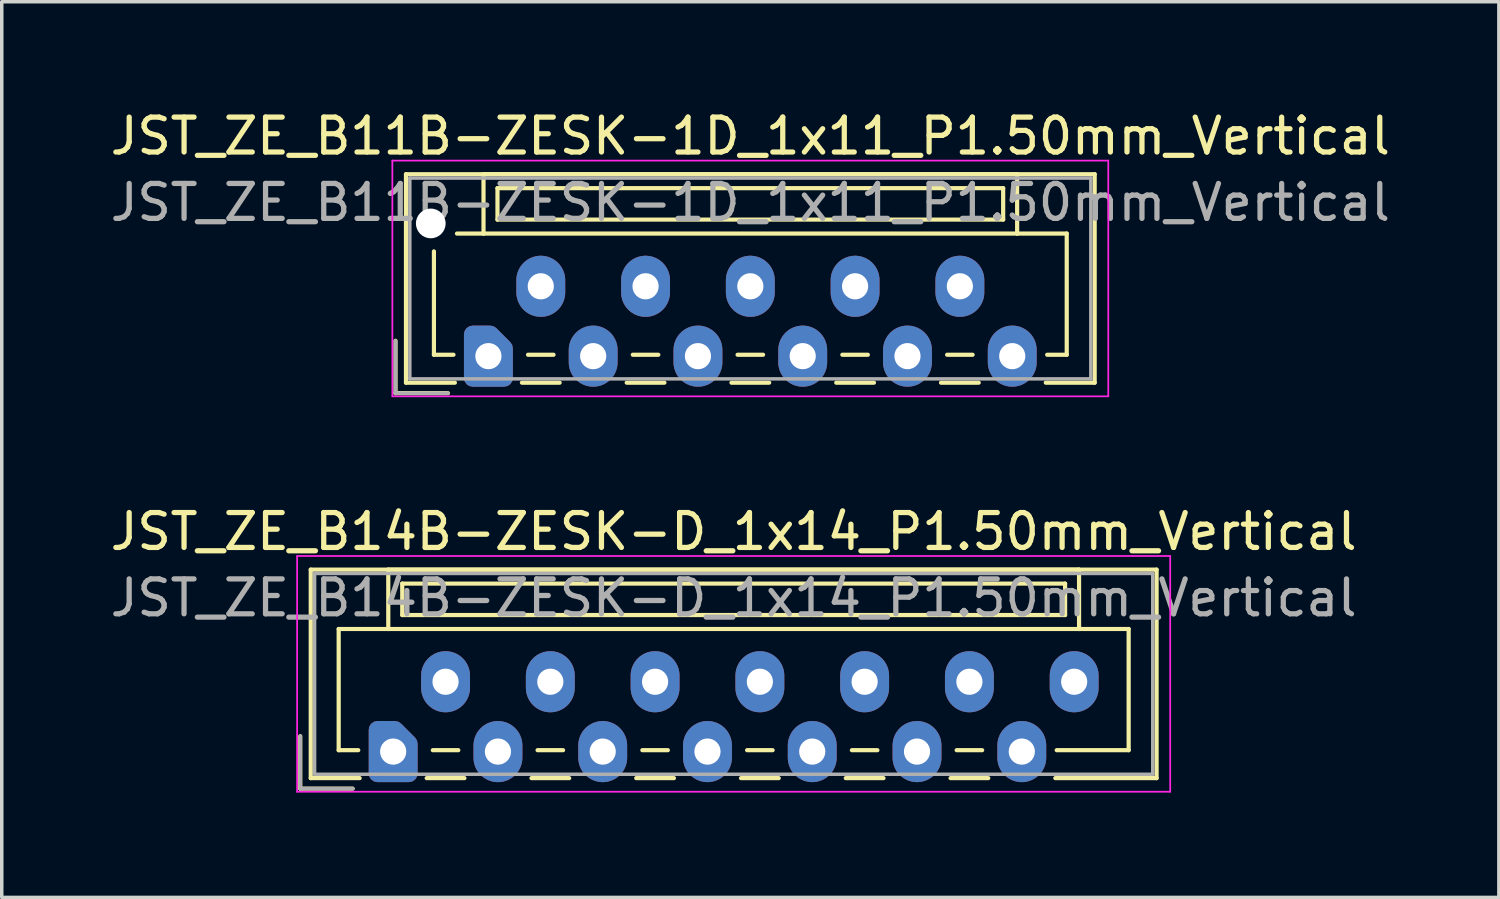
<source format=kicad_pcb>
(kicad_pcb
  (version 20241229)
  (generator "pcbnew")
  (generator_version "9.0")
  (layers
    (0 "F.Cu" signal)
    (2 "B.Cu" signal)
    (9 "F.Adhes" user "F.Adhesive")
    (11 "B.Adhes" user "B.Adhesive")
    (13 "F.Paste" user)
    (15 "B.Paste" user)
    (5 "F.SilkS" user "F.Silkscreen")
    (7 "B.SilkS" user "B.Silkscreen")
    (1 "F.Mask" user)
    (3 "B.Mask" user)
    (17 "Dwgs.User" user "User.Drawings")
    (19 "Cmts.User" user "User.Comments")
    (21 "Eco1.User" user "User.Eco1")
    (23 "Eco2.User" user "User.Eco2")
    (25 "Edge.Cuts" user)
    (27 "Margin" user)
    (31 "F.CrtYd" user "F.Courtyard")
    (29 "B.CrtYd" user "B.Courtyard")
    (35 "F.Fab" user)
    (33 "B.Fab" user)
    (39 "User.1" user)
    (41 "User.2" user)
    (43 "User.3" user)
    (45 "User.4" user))
  (footprint "JST_ZE_B14B-ZESK-D_1x14_P1.50mm_Vertical"
    (layer "F.Cu")
    (at 8.208 18.471)
    (property "Reference" "JST_ZE_B14B-ZESK-D_1x14_P1.50mm_Vertical" (at 9.75 -6.3 0) (layer "F.SilkS") (effects (font (size 1 1) (thickness 0.15))))
    (attr through_hole)
    (fp_line (start -2.66 -0.44) (end -2.66 1.06) (stroke (width 0.12) (type solid)) (layer "F.SilkS"))
    (fp_line (start -2.66 1.06) (end -1.16 1.06) (stroke (width 0.12) (type solid)) (layer "F.SilkS"))
    (fp_line (start -2.36 -5.21) (end 21.86 -5.21) (stroke (width 0.12) (type solid)) (layer "F.SilkS"))
    (fp_line (start -2.36 0.76) (end -2.36 -5.21) (stroke (width 0.12) (type solid)) (layer "F.SilkS"))
    (fp_line (start -1.56 -3.51) (end -1.56 -0.04) (stroke (width 0.12) (type solid)) (layer "F.SilkS"))
    (fp_line (start -1.56 -0.04) (end -1 -0.04) (stroke (width 0.12) (type solid)) (layer "F.SilkS"))
    (fp_line (start -0.96 0.76) (end -2.36 0.76) (stroke (width 0.12) (type solid)) (layer "F.SilkS"))
    (fp_line (start -0.14 -5.21) (end -0.14 -3.51) (stroke (width 0.12) (type solid)) (layer "F.SilkS"))
    (fp_line (start -0.14 -3.51) (end -1.56 -3.51) (stroke (width 0.12) (type solid)) (layer "F.SilkS"))
    (fp_line (start -0.14 -3.51) (end 19.64 -3.51) (stroke (width 0.12) (type solid)) (layer "F.SilkS"))
    (fp_line (start 0.26 -4.81) (end 0.26 -3.91) (stroke (width 0.12) (type solid)) (layer "F.SilkS"))
    (fp_line (start 0.26 -3.91) (end 19.24 -3.91) (stroke (width 0.12) (type solid)) (layer "F.SilkS"))
    (fp_line (start 0.96 0.76) (end 2.04 0.76) (stroke (width 0.12) (type solid)) (layer "F.SilkS"))
    (fp_line (start 1.135 -0.04) (end 1.865 -0.04) (stroke (width 0.12) (type solid)) (layer "F.SilkS"))
    (fp_line (start 3.96 0.76) (end 5.04 0.76) (stroke (width 0.12) (type solid)) (layer "F.SilkS"))
    (fp_line (start 4.135 -0.04) (end 4.865 -0.04) (stroke (width 0.12) (type solid)) (layer "F.SilkS"))
    (fp_line (start 6.96 0.76) (end 8.04 0.76) (stroke (width 0.12) (type solid)) (layer "F.SilkS"))
    (fp_line (start 7.135 -0.04) (end 7.865 -0.04) (stroke (width 0.12) (type solid)) (layer "F.SilkS"))
    (fp_line (start 9.96 0.76) (end 11.04 0.76) (stroke (width 0.12) (type solid)) (layer "F.SilkS"))
    (fp_line (start 10.135 -0.04) (end 10.865 -0.04) (stroke (width 0.12) (type solid)) (layer "F.SilkS"))
    (fp_line (start 12.96 0.76) (end 14.04 0.76) (stroke (width 0.12) (type solid)) (layer "F.SilkS"))
    (fp_line (start 13.135 -0.04) (end 13.865 -0.04) (stroke (width 0.12) (type solid)) (layer "F.SilkS"))
    (fp_line (start 15.96 0.76) (end 17.04 0.76) (stroke (width 0.12) (type solid)) (layer "F.SilkS"))
    (fp_line (start 16.135 -0.04) (end 16.865 -0.04) (stroke (width 0.12) (type solid)) (layer "F.SilkS"))
    (fp_line (start 19.24 -4.81) (end 0.26 -4.81) (stroke (width 0.12) (type solid)) (layer "F.SilkS"))
    (fp_line (start 19.24 -3.91) (end 19.24 -4.81) (stroke (width 0.12) (type solid)) (layer "F.SilkS"))
    (fp_line (start 19.64 -5.21) (end -0.14 -5.21) (stroke (width 0.12) (type solid)) (layer "F.SilkS"))
    (fp_line (start 19.64 -3.51) (end 19.64 -5.21) (stroke (width 0.12) (type solid)) (layer "F.SilkS"))
    (fp_line (start 19.64 -3.51) (end 21.06 -3.51) (stroke (width 0.12) (type solid)) (layer "F.SilkS"))
    (fp_line (start 21.06 -3.51) (end 21.06 -0.04) (stroke (width 0.12) (type solid)) (layer "F.SilkS"))
    (fp_line (start 21.06 -0.04) (end 19 -0.04) (stroke (width 0.12) (type solid)) (layer "F.SilkS"))
    (fp_line (start 21.86 -5.21) (end 21.86 0.76) (stroke (width 0.12) (type solid)) (layer "F.SilkS"))
    (fp_line (start 21.86 0.76) (end 18.96 0.76) (stroke (width 0.12) (type solid)) (layer "F.SilkS"))
    (fp_line (start -2.75 -5.6) (end -2.75 1.15) (stroke (width 0.05) (type solid)) (layer "F.CrtYd"))
    (fp_line (start -2.75 1.15) (end 22.25 1.15) (stroke (width 0.05) (type solid)) (layer "F.CrtYd"))
    (fp_line (start 22.25 -5.6) (end -2.75 -5.6) (stroke (width 0.05) (type solid)) (layer "F.CrtYd"))
    (fp_line (start 22.25 1.15) (end 22.25 -5.6) (stroke (width 0.05) (type solid)) (layer "F.CrtYd"))
    (fp_line (start -2.66 -0.44) (end -2.66 1.06) (stroke (width 0.1) (type solid)) (layer "F.Fab"))
    (fp_line (start -2.66 1.06) (end -1.16 1.06) (stroke (width 0.1) (type solid)) (layer "F.Fab"))
    (fp_line (start -2.25 -5.1) (end -2.25 0.65) (stroke (width 0.1) (type solid)) (layer "F.Fab"))
    (fp_line (start -2.25 0.65) (end 21.75 0.65) (stroke (width 0.1) (type solid)) (layer "F.Fab"))
    (fp_line (start 21.75 -5.1) (end -2.25 -5.1) (stroke (width 0.1) (type solid)) (layer "F.Fab"))
    (fp_line (start 21.75 0.65) (end 21.75 -5.1) (stroke (width 0.1) (type solid)) (layer "F.Fab"))
    (fp_text user "${REFERENCE}" (at 9.75 -4.4 0) (layer "F.Fab") (effects (font (size 1 1) (thickness 0.15))))
    (pad "1" thru_hole custom (at 0 0) (size 1.117 1.117) (drill 0.75) (layers "*.Cu" "*.Mask") (options (anchor circle)) (primitives (gr_poly (pts (xy 0.45 -0.225) (xy 0.45 0.625) (xy -0.45 0.625) (xy -0.45 -0.625) (xy 0.05 -0.625)) (width 0.5) (fill yes))))
    (pad "2" thru_hole oval (at 1.5 -2) (size 1.4 1.75) (drill 0.75) (layers "*.Cu" "*.Mask"))
    (pad "3" thru_hole oval (at 3 0) (size 1.4 1.75) (drill 0.75) (layers "*.Cu" "*.Mask"))
    (pad "4" thru_hole oval (at 4.5 -2) (size 1.4 1.75) (drill 0.75) (layers "*.Cu" "*.Mask"))
    (pad "5" thru_hole oval (at 6 0) (size 1.4 1.75) (drill 0.75) (layers "*.Cu" "*.Mask"))
    (pad "6" thru_hole oval (at 7.5 -2) (size 1.4 1.75) (drill 0.75) (layers "*.Cu" "*.Mask"))
    (pad "7" thru_hole oval (at 9 0) (size 1.4 1.75) (drill 0.75) (layers "*.Cu" "*.Mask"))
    (pad "8" thru_hole oval (at 10.5 -2) (size 1.4 1.75) (drill 0.75) (layers "*.Cu" "*.Mask"))
    (pad "9" thru_hole oval (at 12 0) (size 1.4 1.75) (drill 0.75) (layers "*.Cu" "*.Mask"))
    (pad "10" thru_hole oval (at 13.5 -2) (size 1.4 1.75) (drill 0.75) (layers "*.Cu" "*.Mask"))
    (pad "11" thru_hole oval (at 15 0) (size 1.4 1.75) (drill 0.75) (layers "*.Cu" "*.Mask"))
    (pad "12" thru_hole oval (at 16.5 -2) (size 1.4 1.75) (drill 0.75) (layers "*.Cu" "*.Mask"))
    (pad "13" thru_hole oval (at 18 0) (size 1.4 1.75) (drill 0.75) (layers "*.Cu" "*.Mask"))
    (pad "14" thru_hole oval (at 19.5 -2) (size 1.4 1.75) (drill 0.75) (layers "*.Cu" "*.Mask")))
  (footprint "JST_ZE_B11B-ZESK-1D_1x11_P1.50mm_Vertical"
    (layer "F.Cu")
    (at 10.935 7.148)
    (property "Reference" "JST_ZE_B11B-ZESK-1D_1x11_P1.50mm_Vertical" (at 7.5 -6.3 0) (layer "F.SilkS") (effects (font (size 1 1) (thickness 0.15))))
    (attr through_hole)
    (fp_line (start -2.66 -0.44) (end -2.66 1.06) (stroke (width 0.12) (type solid)) (layer "F.SilkS"))
    (fp_line (start -2.66 1.06) (end -1.16 1.06) (stroke (width 0.12) (type solid)) (layer "F.SilkS"))
    (fp_line (start -2.36 -5.21) (end 17.36 -5.21) (stroke (width 0.12) (type solid)) (layer "F.SilkS"))
    (fp_line (start -2.36 0.76) (end -2.36 -5.21) (stroke (width 0.12) (type solid)) (layer "F.SilkS"))
    (fp_line (start -1.56 -3) (end -1.56 -0.04) (stroke (width 0.12) (type solid)) (layer "F.SilkS"))
    (fp_line (start -1.56 -0.04) (end -1 -0.04) (stroke (width 0.12) (type solid)) (layer "F.SilkS"))
    (fp_line (start -0.96 0.76) (end -2.36 0.76) (stroke (width 0.12) (type solid)) (layer "F.SilkS"))
    (fp_line (start -0.14 -5.21) (end -0.14 -3.51) (stroke (width 0.12) (type solid)) (layer "F.SilkS"))
    (fp_line (start -0.14 -3.51) (end -0.9 -3.51) (stroke (width 0.12) (type solid)) (layer "F.SilkS"))
    (fp_line (start -0.14 -3.51) (end 15.14 -3.51) (stroke (width 0.12) (type solid)) (layer "F.SilkS"))
    (fp_line (start 0.26 -4.81) (end 0.26 -3.91) (stroke (width 0.12) (type solid)) (layer "F.SilkS"))
    (fp_line (start 0.26 -3.91) (end 14.74 -3.91) (stroke (width 0.12) (type solid)) (layer "F.SilkS"))
    (fp_line (start 0.96 0.76) (end 2.04 0.76) (stroke (width 0.12) (type solid)) (layer "F.SilkS"))
    (fp_line (start 1.135 -0.04) (end 1.865 -0.04) (stroke (width 0.12) (type solid)) (layer "F.SilkS"))
    (fp_line (start 3.96 0.76) (end 5.04 0.76) (stroke (width 0.12) (type solid)) (layer "F.SilkS"))
    (fp_line (start 4.135 -0.04) (end 4.865 -0.04) (stroke (width 0.12) (type solid)) (layer "F.SilkS"))
    (fp_line (start 6.96 0.76) (end 8.04 0.76) (stroke (width 0.12) (type solid)) (layer "F.SilkS"))
    (fp_line (start 7.135 -0.04) (end 7.865 -0.04) (stroke (width 0.12) (type solid)) (layer "F.SilkS"))
    (fp_line (start 9.96 0.76) (end 11.04 0.76) (stroke (width 0.12) (type solid)) (layer "F.SilkS"))
    (fp_line (start 10.135 -0.04) (end 10.865 -0.04) (stroke (width 0.12) (type solid)) (layer "F.SilkS"))
    (fp_line (start 12.96 0.76) (end 14.04 0.76) (stroke (width 0.12) (type solid)) (layer "F.SilkS"))
    (fp_line (start 13.135 -0.04) (end 13.865 -0.04) (stroke (width 0.12) (type solid)) (layer "F.SilkS"))
    (fp_line (start 14.74 -4.81) (end 0.26 -4.81) (stroke (width 0.12) (type solid)) (layer "F.SilkS"))
    (fp_line (start 14.74 -3.91) (end 14.74 -4.81) (stroke (width 0.12) (type solid)) (layer "F.SilkS"))
    (fp_line (start 15.14 -5.21) (end -0.14 -5.21) (stroke (width 0.12) (type solid)) (layer "F.SilkS"))
    (fp_line (start 15.14 -3.51) (end 15.14 -5.21) (stroke (width 0.12) (type solid)) (layer "F.SilkS"))
    (fp_line (start 15.14 -3.51) (end 16.56 -3.51) (stroke (width 0.12) (type solid)) (layer "F.SilkS"))
    (fp_line (start 16.56 -3.51) (end 16.56 -0.04) (stroke (width 0.12) (type solid)) (layer "F.SilkS"))
    (fp_line (start 16.56 -0.04) (end 16 -0.04) (stroke (width 0.12) (type solid)) (layer "F.SilkS"))
    (fp_line (start 17.36 -5.21) (end 17.36 0.76) (stroke (width 0.12) (type solid)) (layer "F.SilkS"))
    (fp_line (start 17.36 0.76) (end 15.96 0.76) (stroke (width 0.12) (type solid)) (layer "F.SilkS"))
    (fp_line (start -2.75 -5.6) (end -2.75 1.15) (stroke (width 0.05) (type solid)) (layer "F.CrtYd"))
    (fp_line (start -2.75 1.15) (end 17.75 1.15) (stroke (width 0.05) (type solid)) (layer "F.CrtYd"))
    (fp_line (start 17.75 -5.6) (end -2.75 -5.6) (stroke (width 0.05) (type solid)) (layer "F.CrtYd"))
    (fp_line (start 17.75 1.15) (end 17.75 -5.6) (stroke (width 0.05) (type solid)) (layer "F.CrtYd"))
    (fp_line (start -2.66 -0.44) (end -2.66 1.06) (stroke (width 0.1) (type solid)) (layer "F.Fab"))
    (fp_line (start -2.66 1.06) (end -1.16 1.06) (stroke (width 0.1) (type solid)) (layer "F.Fab"))
    (fp_line (start -2.25 -5.1) (end -2.25 0.65) (stroke (width 0.1) (type solid)) (layer "F.Fab"))
    (fp_line (start -2.25 0.65) (end 17.25 0.65) (stroke (width 0.1) (type solid)) (layer "F.Fab"))
    (fp_line (start 17.25 -5.1) (end -2.25 -5.1) (stroke (width 0.1) (type solid)) (layer "F.Fab"))
    (fp_line (start 17.25 0.65) (end 17.25 -5.1) (stroke (width 0.1) (type solid)) (layer "F.Fab"))
    (fp_text user "${REFERENCE}" (at 7.5 -4.4 0) (layer "F.Fab") (effects (font (size 1 1) (thickness 0.15))))
    (pad "" np_thru_hole circle (at -1.65 -3.8) (size 0.85 0.85) (drill 0.85) (layers "*.Cu" "*.Mask"))
    (pad "1" thru_hole custom (at 0 0) (size 1.117 1.117) (drill 0.75) (layers "*.Cu" "*.Mask") (options (anchor circle)) (primitives (gr_poly (pts (xy 0.45 -0.225) (xy 0.45 0.625) (xy -0.45 0.625) (xy -0.45 -0.625) (xy 0.05 -0.625)) (width 0.5) (fill yes))))
    (pad "2" thru_hole oval (at 1.5 -2) (size 1.4 1.75) (drill 0.75) (layers "*.Cu" "*.Mask"))
    (pad "3" thru_hole oval (at 3 0) (size 1.4 1.75) (drill 0.75) (layers "*.Cu" "*.Mask"))
    (pad "4" thru_hole oval (at 4.5 -2) (size 1.4 1.75) (drill 0.75) (layers "*.Cu" "*.Mask"))
    (pad "5" thru_hole oval (at 6 0) (size 1.4 1.75) (drill 0.75) (layers "*.Cu" "*.Mask"))
    (pad "6" thru_hole oval (at 7.5 -2) (size 1.4 1.75) (drill 0.75) (layers "*.Cu" "*.Mask"))
    (pad "7" thru_hole oval (at 9 0) (size 1.4 1.75) (drill 0.75) (layers "*.Cu" "*.Mask"))
    (pad "8" thru_hole oval (at 10.5 -2) (size 1.4 1.75) (drill 0.75) (layers "*.Cu" "*.Mask"))
    (pad "9" thru_hole oval (at 12 0) (size 1.4 1.75) (drill 0.75) (layers "*.Cu" "*.Mask"))
    (pad "10" thru_hole oval (at 13.5 -2) (size 1.4 1.75) (drill 0.75) (layers "*.Cu" "*.Mask"))
    (pad "11" thru_hole oval (at 15 0) (size 1.4 1.75) (drill 0.75) (layers "*.Cu" "*.Mask")))
  (gr_rect
    (start -3 -3)
    (end 39.869 22.646)
    (stroke (width 0.1) (type default))
    (fill no)
    (layer "Edge.Cuts")))
</source>
